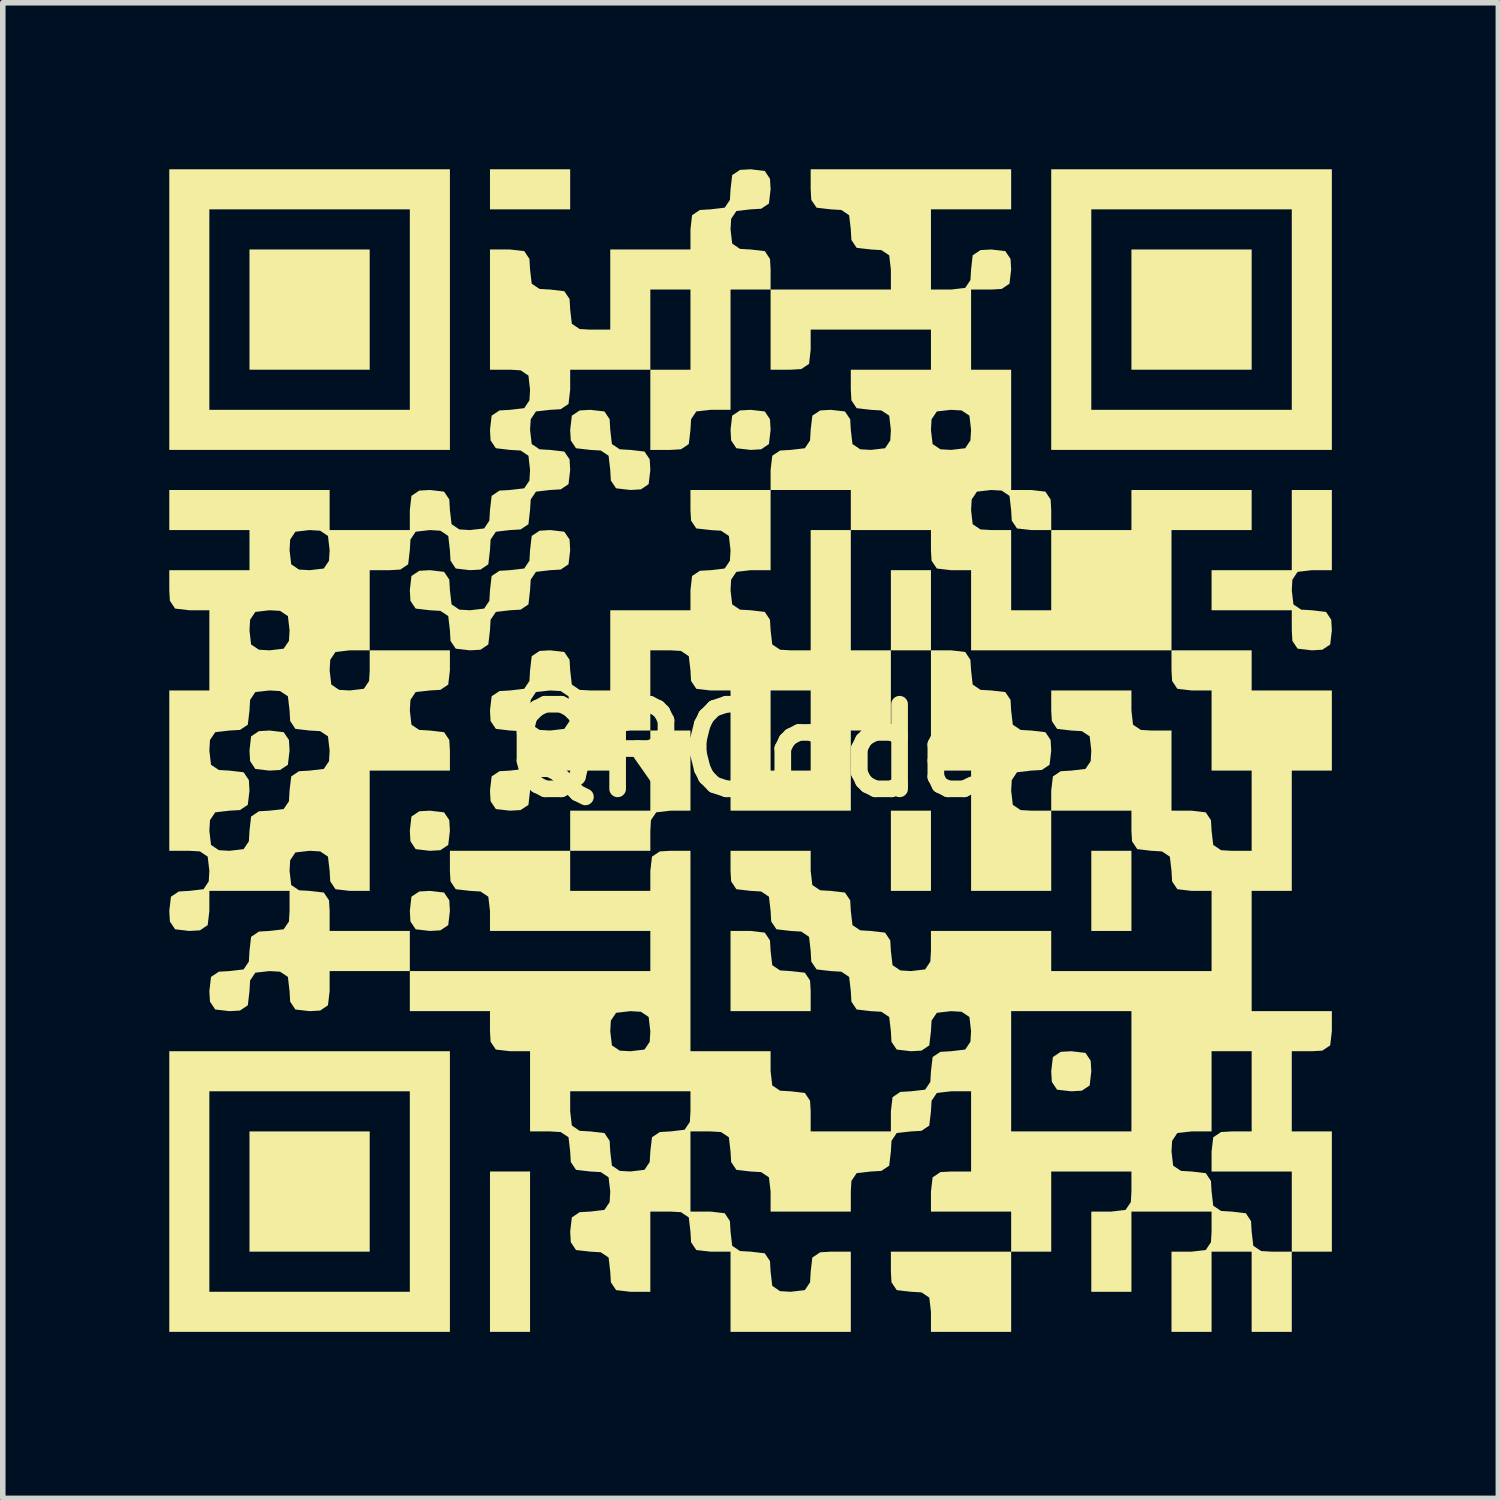
<source format=kicad_pcb>
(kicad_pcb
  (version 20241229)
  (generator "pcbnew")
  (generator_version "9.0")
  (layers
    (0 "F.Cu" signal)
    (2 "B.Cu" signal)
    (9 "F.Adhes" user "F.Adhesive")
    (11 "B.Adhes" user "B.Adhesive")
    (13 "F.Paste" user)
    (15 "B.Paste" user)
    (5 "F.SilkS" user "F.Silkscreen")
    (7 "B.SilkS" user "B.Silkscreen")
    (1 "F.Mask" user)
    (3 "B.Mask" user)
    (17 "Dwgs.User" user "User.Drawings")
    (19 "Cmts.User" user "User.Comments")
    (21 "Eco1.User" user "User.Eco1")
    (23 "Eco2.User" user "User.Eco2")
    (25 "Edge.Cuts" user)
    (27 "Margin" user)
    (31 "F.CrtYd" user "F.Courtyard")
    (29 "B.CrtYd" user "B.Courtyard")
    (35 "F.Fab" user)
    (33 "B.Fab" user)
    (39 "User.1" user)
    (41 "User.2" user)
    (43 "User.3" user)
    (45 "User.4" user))
  (footprint "QRCode"
    (layer "F.Cu")
    (at 10.473 10.473)
    (property "Reference" "QRCode" (at 0 0 0) (layer "F.SilkS") (effects (font (size 1.524 1.524) (thickness 0.3))))
    (attr through_hole)
    (fp_poly (pts (xy -6.862 -6.862) (xy -9.028 -6.862) (xy -9.028 -9.028) (xy -6.862 -9.028)) (stroke (width 0) (type solid)) (fill yes) (layer "F.SilkS"))
    (fp_poly (pts (xy -6.862 9.028) (xy -9.028 9.028) (xy -9.028 6.862) (xy -6.862 6.862)) (stroke (width 0) (type solid)) (fill yes) (layer "F.SilkS"))
    (fp_poly (pts (xy -3.973 10.473) (xy -4.695 10.473) (xy -4.695 7.584) (xy -3.973 7.584)) (stroke (width 0) (type solid)) (fill yes) (layer "F.SilkS"))
    (fp_poly (pts (xy -3.25 -9.751) (xy -4.695 -9.751) (xy -4.695 -10.473) (xy -3.25 -10.473)) (stroke (width 0) (type solid)) (fill yes) (layer "F.SilkS"))
    (fp_poly (pts (xy 3.25 -1.806) (xy 2.528 -1.806) (xy 2.528 -3.25) (xy 3.25 -3.25)) (stroke (width 0) (type solid)) (fill yes) (layer "F.SilkS"))
    (fp_poly (pts (xy 3.25 2.528) (xy 2.528 2.528) (xy 2.528 1.083) (xy 3.25 1.083)) (stroke (width 0) (type solid)) (fill yes) (layer "F.SilkS"))
    (fp_poly (pts (xy 6.862 3.25) (xy 6.139 3.25) (xy 6.139 1.806) (xy 6.862 1.806)) (stroke (width 0) (type solid)) (fill yes) (layer "F.SilkS"))
    (fp_poly (pts (xy 9.028 -6.862) (xy 6.862 -6.862) (xy 6.862 -9.028) (xy 9.028 -9.028)) (stroke (width 0) (type solid)) (fill yes) (layer "F.SilkS"))
    (fp_poly (pts (xy -5.417 -5.417) (xy -10.473 -5.417) (xy -10.473 -9.751) (xy -9.751 -9.751) (xy -9.751 -6.139) (xy -6.139 -6.139) (xy -6.139 -9.751) (xy -9.751 -9.751) (xy -10.473 -9.751) (xy -10.473 -10.473) (xy -5.417 -10.473)) (stroke (width 0) (type solid)) (fill yes) (layer "F.SilkS"))
    (fp_poly (pts (xy -5.417 10.473) (xy -10.473 10.473) (xy -10.473 6.139) (xy -9.751 6.139) (xy -9.751 9.751) (xy -6.139 9.751) (xy -6.139 6.139) (xy -9.751 6.139) (xy -10.473 6.139) (xy -10.473 5.417) (xy -5.417 5.417)) (stroke (width 0) (type solid)) (fill yes) (layer "F.SilkS"))
    (fp_poly (pts (xy -1.083 1.083) (xy -1.445 1.083) (xy -1.7 1.113) (xy -1.795 1.254) (xy -1.806 1.445) (xy -1.806 1.806) (xy -3.25 1.806) (xy -3.25 1.083) (xy -1.806 1.083) (xy -1.806 -0.361) (xy -1.083 -0.361)) (stroke (width 0) (type solid)) (fill yes) (layer "F.SilkS"))
    (fp_poly (pts (xy 4.695 10.473) (xy 3.25 10.473) (xy 3.25 10.112) (xy 3.22 9.856) (xy 3.08 9.762) (xy 2.889 9.751) (xy 2.633 9.721) (xy 2.539 9.58) (xy 2.528 9.39) (xy 2.528 9.028) (xy 4.695 9.028)) (stroke (width 0) (type solid)) (fill yes) (layer "F.SilkS"))
    (fp_poly (pts (xy 10.473 -5.417) (xy 5.417 -5.417) (xy 5.417 -9.751) (xy 6.139 -9.751) (xy 6.139 -6.139) (xy 9.751 -6.139) (xy 9.751 -9.751) (xy 6.139 -9.751) (xy 5.417 -9.751) (xy 5.417 -10.473) (xy 10.473 -10.473)) (stroke (width 0) (type solid)) (fill yes) (layer "F.SilkS"))
    (fp_poly (pts (xy -8.412 -0.331) (xy -8.317 -0.191) (xy -8.306 0) (xy -8.336 0.256) (xy -8.477 0.35) (xy -8.667 0.361) (xy -8.923 0.331) (xy -9.017 0.191) (xy -9.028 0) (xy -8.999 -0.256) (xy -8.858 -0.35) (xy -8.667 -0.361)) (stroke (width 0) (type solid)) (fill yes) (layer "F.SilkS"))
    (fp_poly (pts (xy -5.522 1.113) (xy -5.428 1.254) (xy -5.417 1.445) (xy -5.447 1.7) (xy -5.588 1.795) (xy -5.778 1.806) (xy -6.034 1.776) (xy -6.128 1.635) (xy -6.139 1.445) (xy -6.11 1.189) (xy -5.969 1.094) (xy -5.778 1.083)) (stroke (width 0) (type solid)) (fill yes) (layer "F.SilkS"))
    (fp_poly (pts (xy -5.522 2.558) (xy -5.428 2.698) (xy -5.417 2.889) (xy -5.447 3.145) (xy -5.588 3.239) (xy -5.778 3.25) (xy -6.034 3.22) (xy -6.128 3.08) (xy -6.139 2.889) (xy -6.11 2.633) (xy -5.969 2.539) (xy -5.778 2.528)) (stroke (width 0) (type solid)) (fill yes) (layer "F.SilkS"))
    (fp_poly (pts (xy 0.256 -6.11) (xy 0.35 -5.969) (xy 0.361 -5.778) (xy 0.331 -5.522) (xy 0.191 -5.428) (xy 0 -5.417) (xy -0.256 -5.447) (xy -0.35 -5.588) (xy -0.361 -5.778) (xy -0.331 -6.034) (xy -0.191 -6.128) (xy 0 -6.139)) (stroke (width 0) (type solid)) (fill yes) (layer "F.SilkS"))
    (fp_poly (pts (xy 6.034 5.447) (xy 6.128 5.588) (xy 6.139 5.778) (xy 6.11 6.034) (xy 5.969 6.128) (xy 5.778 6.139) (xy 5.522 6.11) (xy 5.428 5.969) (xy 5.417 5.778) (xy 5.447 5.522) (xy 5.588 5.428) (xy 5.778 5.417)) (stroke (width 0) (type solid)) (fill yes) (layer "F.SilkS"))
    (fp_poly (pts (xy 0.256 3.28) (xy 0.35 3.421) (xy 0.361 3.611) (xy 0.391 3.867) (xy 0.532 3.961) (xy 0.722 3.973) (xy 0.978 4.002) (xy 1.072 4.143) (xy 1.083 4.334) (xy 1.083 4.695) (xy -0.361 4.695) (xy -0.361 3.25) (xy 0 3.25)) (stroke (width 0) (type solid)) (fill yes) (layer "F.SilkS"))
    (fp_poly (pts (xy 10.473 -3.25) (xy 10.112 -3.25) (xy 9.856 -3.22) (xy 9.762 -3.08) (xy 9.751 -2.889) (xy 9.781 -2.633) (xy 9.921 -2.539) (xy 10.112 -2.528) (xy 10.368 -2.498) (xy 10.462 -2.357) (xy 10.473 -2.167) (xy 10.443 -1.911) (xy 10.302 -1.817) (xy 10.112 -1.806) (xy 9.856 -1.836) (xy 9.762 -1.976) (xy 9.751 -2.167) (xy 9.751 -2.528) (xy 8.306 -2.528) (xy 8.306 -3.25) (xy 9.751 -3.25) (xy 9.751 -4.695) (xy 10.473 -4.695)) (stroke (width 0) (type solid)) (fill yes) (layer "F.SilkS"))
    (fp_poly (pts (xy -2.633 -6.11) (xy -2.539 -5.969) (xy -2.528 -5.778) (xy -2.498 -5.522) (xy -2.357 -5.428) (xy -2.167 -5.417) (xy -1.911 -5.387) (xy -1.817 -5.247) (xy -1.806 -5.056) (xy -1.836 -4.8) (xy -1.976 -4.706) (xy -2.167 -4.695) (xy -2.423 -4.725) (xy -2.517 -4.865) (xy -2.528 -5.056) (xy -2.558 -5.312) (xy -2.698 -5.406) (xy -2.889 -5.417) (xy -3.145 -5.447) (xy -3.239 -5.588) (xy -3.25 -5.778) (xy -3.22 -6.034) (xy -3.08 -6.128) (xy -2.889 -6.139)) (stroke (width 0) (type solid)) (fill yes) (layer "F.SilkS"))
    (fp_poly (pts (xy 3.867 -1.776) (xy 3.961 -1.635) (xy 3.973 -1.445) (xy 4.002 -1.189) (xy 4.143 -1.094) (xy 4.334 -1.083) (xy 4.589 -1.054) (xy 4.684 -0.913) (xy 4.695 -0.722) (xy 4.725 -0.466) (xy 4.865 -0.372) (xy 5.056 -0.361) (xy 5.312 -0.331) (xy 5.406 -0.191) (xy 5.417 0) (xy 5.387 0.256) (xy 5.247 0.35) (xy 5.056 0.361) (xy 4.8 0.391) (xy 4.706 0.532) (xy 4.695 0.722) (xy 4.725 0.978) (xy 4.865 1.072) (xy 5.056 1.083) (xy 5.417 1.083) (xy 5.417 2.528) (xy 3.973 2.528) (xy 3.973 0.361) (xy 3.25 0.361) (xy 3.25 -1.806) (xy 3.611 -1.806)) (stroke (width 0) (type solid)) (fill yes) (layer "F.SilkS"))
    (fp_poly (pts (xy -3.356 -3.943) (xy -3.261 -3.802) (xy -3.25 -3.611) (xy -3.28 -3.356) (xy -3.421 -3.261) (xy -3.611 -3.25) (xy -3.867 -3.22) (xy -3.961 -3.08) (xy -3.973 -2.889) (xy -4.002 -2.633) (xy -4.143 -2.539) (xy -4.334 -2.528) (xy -4.589 -2.498) (xy -4.684 -2.357) (xy -4.695 -2.167) (xy -4.725 -1.911) (xy -4.865 -1.817) (xy -5.056 -1.806) (xy -5.312 -1.836) (xy -5.406 -1.976) (xy -5.417 -2.167) (xy -5.447 -2.423) (xy -5.588 -2.517) (xy -5.778 -2.528) (xy -6.034 -2.558) (xy -6.128 -2.698) (xy -6.139 -2.889) (xy -6.11 -3.145) (xy -5.969 -3.239) (xy -5.778 -3.25) (xy -5.522 -3.22) (xy -5.428 -3.08) (xy -5.417 -2.889) (xy -5.387 -2.633) (xy -5.247 -2.539) (xy -5.056 -2.528) (xy -4.8 -2.558) (xy -4.706 -2.698) (xy -4.695 -2.889) (xy -4.665 -3.145) (xy -4.524 -3.239) (xy -4.334 -3.25) (xy -4.078 -3.28) (xy -3.984 -3.421) (xy -3.973 -3.611) (xy -3.943 -3.867) (xy -3.802 -3.961) (xy -3.611 -3.973)) (stroke (width 0) (type solid)) (fill yes) (layer "F.SilkS"))
    (fp_poly (pts (xy 0.361 -3.25) (xy 0 -3.25) (xy -0.256 -3.22) (xy -0.35 -3.08) (xy -0.361 -2.889) (xy -0.331 -2.633) (xy -0.191 -2.539) (xy 0 -2.528) (xy 0.256 -2.498) (xy 0.35 -2.357) (xy 0.361 -2.167) (xy 0.391 -1.911) (xy 0.532 -1.817) (xy 0.722 -1.806) (xy 1.083 -1.806) (xy 1.083 -3.973) (xy 1.806 -3.973) (xy 1.806 -1.806) (xy 2.528 -1.806) (xy 2.528 -0.361) (xy 1.806 -0.361) (xy 1.806 1.083) (xy -0.361 1.083) (xy -0.361 -1.083) (xy 0.361 -1.083) (xy 0.361 0.361) (xy 1.083 0.361) (xy 1.083 -1.083) (xy 0.361 -1.083) (xy -0.361 -1.083) (xy -0.722 -1.083) (xy -0.978 -1.113) (xy -1.072 -1.254) (xy -1.083 -1.445) (xy -1.113 -1.7) (xy -1.254 -1.795) (xy -1.445 -1.806) (xy -1.806 -1.806) (xy -1.806 -0.361) (xy -2.167 -0.361) (xy -2.423 -0.331) (xy -2.517 -0.191) (xy -2.528 0) (xy -2.528 0.361) (xy -3.973 0.361) (xy -3.973 0.722) (xy -4.002 0.978) (xy -4.143 1.072) (xy -4.334 1.083) (xy -4.589 1.054) (xy -4.684 0.913) (xy -4.695 0.722) (xy -4.665 0.466) (xy -4.524 0.372) (xy -4.334 0.361) (xy -4.078 0.331) (xy -3.984 0.191) (xy -3.973 0) (xy -4.002 -0.256) (xy -4.143 -0.35) (xy -4.334 -0.361) (xy -4.589 -0.391) (xy -4.684 -0.532) (xy -4.695 -0.722) (xy -3.973 -0.722) (xy -3.943 -0.466) (xy -3.802 -0.372) (xy -3.611 -0.361) (xy -3.356 -0.391) (xy -3.261 -0.532) (xy -3.25 -0.722) (xy -3.28 -0.978) (xy -3.421 -1.072) (xy -3.611 -1.083) (xy -3.867 -1.054) (xy -3.961 -0.913) (xy -3.973 -0.722) (xy -4.695 -0.722) (xy -4.665 -0.978) (xy -4.524 -1.072) (xy -4.334 -1.083) (xy -4.078 -1.113) (xy -3.984 -1.254) (xy -3.973 -1.445) (xy -3.943 -1.7) (xy -3.802 -1.795) (xy -3.611 -1.806) (xy -3.356 -1.776) (xy -3.261 -1.635) (xy -3.25 -1.445) (xy -3.22 -1.189) (xy -3.08 -1.094) (xy -2.889 -1.083) (xy -2.528 -1.083) (xy -2.528 -2.528) (xy -1.083 -2.528) (xy -1.083 -2.889) (xy -1.054 -3.145) (xy -0.913 -3.239) (xy -0.722 -3.25) (xy -0.466 -3.28) (xy -0.372 -3.421) (xy -0.361 -3.611) (xy -0.391 -3.867) (xy -0.532 -3.961) (xy -0.722 -3.973) (xy -0.978 -4.002) (xy -1.072 -4.143) (xy -1.083 -4.334) (xy -1.083 -4.695) (xy 0.361 -4.695)) (stroke (width 0) (type solid)) (fill yes) (layer "F.SilkS"))
    (fp_poly (pts (xy 4.695 -9.751) (xy 3.25 -9.751) (xy 3.25 -8.306) (xy 3.611 -8.306) (xy 3.867 -8.336) (xy 3.961 -8.477) (xy 3.973 -8.667) (xy 4.002 -8.923) (xy 4.143 -9.017) (xy 4.334 -9.028) (xy 4.589 -8.999) (xy 4.684 -8.858) (xy 4.695 -8.667) (xy 4.665 -8.412) (xy 4.524 -8.317) (xy 4.334 -8.306) (xy 3.973 -8.306) (xy 3.973 -6.862) (xy 4.695 -6.862) (xy 4.695 -4.695) (xy 5.056 -4.695) (xy 5.312 -4.665) (xy 5.406 -4.524) (xy 5.417 -4.334) (xy 5.417 -3.973) (xy 6.862 -3.973) (xy 6.862 -4.695) (xy 9.028 -4.695) (xy 9.028 -3.973) (xy 7.584 -3.973) (xy 7.584 -1.806) (xy 9.028 -1.806) (xy 9.028 -1.083) (xy 10.473 -1.083) (xy 10.473 0.361) (xy 9.751 0.361) (xy 9.751 2.528) (xy 9.028 2.528) (xy 9.028 4.695) (xy 10.473 4.695) (xy 10.473 5.056) (xy 10.443 5.312) (xy 10.302 5.406) (xy 10.112 5.417) (xy 9.751 5.417) (xy 9.751 6.862) (xy 10.473 6.862) (xy 10.473 9.028) (xy 9.751 9.028) (xy 9.751 10.473) (xy 9.028 10.473) (xy 9.028 9.028) (xy 8.306 9.028) (xy 8.306 10.473) (xy 7.584 10.473) (xy 7.584 9.028) (xy 7.945 9.028) (xy 8.201 8.999) (xy 8.295 8.858) (xy 8.306 8.667) (xy 8.306 8.306) (xy 6.862 8.306) (xy 6.862 9.751) (xy 6.139 9.751) (xy 6.139 8.306) (xy 6.5 8.306) (xy 6.756 8.276) (xy 6.851 8.136) (xy 6.862 7.945) (xy 6.862 7.584) (xy 5.417 7.584) (xy 5.417 9.028) (xy 4.695 9.028) (xy 4.695 8.306) (xy 3.25 8.306) (xy 3.25 7.945) (xy 3.28 7.689) (xy 3.421 7.595) (xy 3.611 7.584) (xy 3.973 7.584) (xy 3.973 7.223) (xy 7.584 7.223) (xy 7.614 7.479) (xy 7.754 7.573) (xy 7.945 7.584) (xy 8.201 7.614) (xy 8.295 7.754) (xy 8.306 7.945) (xy 8.336 8.201) (xy 8.477 8.295) (xy 8.667 8.306) (xy 8.923 8.336) (xy 9.017 8.477) (xy 9.028 8.667) (xy 9.058 8.923) (xy 9.199 9.017) (xy 9.39 9.028) (xy 9.751 9.028) (xy 9.751 7.584) (xy 8.306 7.584) (xy 8.306 7.223) (xy 8.336 6.967) (xy 8.477 6.873) (xy 8.667 6.862) (xy 9.028 6.862) (xy 9.028 5.417) (xy 8.306 5.417) (xy 8.306 6.862) (xy 7.945 6.862) (xy 7.689 6.891) (xy 7.595 7.032) (xy 7.584 7.223) (xy 3.973 7.223) (xy 3.973 6.139) (xy 3.611 6.139) (xy 3.356 6.169) (xy 3.261 6.31) (xy 3.25 6.5) (xy 3.22 6.756) (xy 3.08 6.851) (xy 2.889 6.862) (xy 2.633 6.891) (xy 2.539 7.032) (xy 2.528 7.223) (xy 2.498 7.479) (xy 2.357 7.573) (xy 2.167 7.584) (xy 1.911 7.614) (xy 1.817 7.754) (xy 1.806 7.945) (xy 1.806 8.306) (xy 0.361 8.306) (xy 0.361 7.945) (xy 0.331 7.689) (xy 0.191 7.595) (xy 0 7.584) (xy -0.256 7.554) (xy -0.35 7.413) (xy -0.361 7.223) (xy -0.391 6.967) (xy -0.532 6.873) (xy -0.722 6.862) (xy -1.083 6.862) (xy -1.083 8.306) (xy -0.722 8.306) (xy -0.466 8.336) (xy -0.372 8.477) (xy -0.361 8.667) (xy -0.331 8.923) (xy -0.191 9.017) (xy 0 9.028) (xy 0.256 9.058) (xy 0.35 9.199) (xy 0.361 9.39) (xy 0.391 9.645) (xy 0.532 9.74) (xy 0.722 9.751) (xy 0.978 9.721) (xy 1.072 9.58) (xy 1.083 9.39) (xy 1.113 9.134) (xy 1.254 9.04) (xy 1.445 9.028) (xy 1.806 9.028) (xy 1.806 10.473) (xy -0.361 10.473) (xy -0.361 9.028) (xy -0.722 9.028) (xy -0.978 8.999) (xy -1.072 8.858) (xy -1.083 8.667) (xy -1.113 8.412) (xy -1.254 8.317) (xy -1.445 8.306) (xy -1.806 8.306) (xy -1.806 9.751) (xy -2.167 9.751) (xy -2.423 9.721) (xy -2.517 9.58) (xy -2.528 9.39) (xy -2.558 9.134) (xy -2.698 9.04) (xy -2.889 9.028) (xy -3.145 8.999) (xy -3.239 8.858) (xy -3.25 8.667) (xy -3.22 8.412) (xy -3.08 8.317) (xy -2.889 8.306) (xy -2.633 8.276) (xy -2.539 8.136) (xy -2.528 7.945) (xy -2.558 7.689) (xy -2.698 7.595) (xy -2.889 7.584) (xy -3.145 7.554) (xy -3.239 7.413) (xy -3.25 7.223) (xy -3.28 6.967) (xy -3.421 6.873) (xy -3.611 6.862) (xy -3.973 6.862) (xy -3.973 6.139) (xy -3.25 6.139) (xy -3.25 6.5) (xy -3.22 6.756) (xy -3.08 6.851) (xy -2.889 6.862) (xy -2.633 6.891) (xy -2.539 7.032) (xy -2.528 7.223) (xy -2.498 7.479) (xy -2.357 7.573) (xy -2.167 7.584) (xy -1.911 7.554) (xy -1.817 7.413) (xy -1.806 7.223) (xy -1.776 6.967) (xy -1.635 6.873) (xy -1.445 6.862) (xy -1.189 6.832) (xy -1.094 6.691) (xy -1.083 6.5) (xy -1.083 6.139) (xy -3.25 6.139) (xy -3.973 6.139) (xy -3.973 5.417) (xy -4.334 5.417) (xy -4.589 5.387) (xy -4.684 5.247) (xy -4.695 5.056) (xy -2.528 5.056) (xy -2.498 5.312) (xy -2.357 5.406) (xy -2.167 5.417) (xy -1.911 5.387) (xy -1.817 5.247) (xy -1.806 5.056) (xy -1.836 4.8) (xy -1.976 4.706) (xy -2.167 4.695) (xy -2.423 4.725) (xy -2.517 4.865) (xy -2.528 5.056) (xy -4.695 5.056) (xy -4.695 4.695) (xy -6.139 4.695) (xy -6.139 3.973) (xy -7.584 3.973) (xy -7.584 4.334) (xy -7.614 4.589) (xy -7.754 4.684) (xy -7.945 4.695) (xy -8.201 4.665) (xy -8.295 4.524) (xy -8.306 4.334) (xy -8.336 4.078) (xy -8.477 3.984) (xy -8.667 3.973) (xy -8.923 4.002) (xy -9.017 4.143) (xy -9.028 4.334) (xy -9.058 4.589) (xy -9.199 4.684) (xy -9.39 4.695) (xy -9.645 4.665) (xy -9.74 4.524) (xy -9.751 4.334) (xy -9.721 4.078) (xy -9.58 3.984) (xy -9.39 3.973) (xy -9.134 3.943) (xy -9.039 3.802) (xy -9.028 3.611) (xy -8.999 3.356) (xy -8.858 3.261) (xy -8.667 3.25) (xy -8.412 3.22) (xy -8.317 3.08) (xy -8.306 2.889) (xy -8.306 2.528) (xy -9.751 2.528) (xy -9.751 2.889) (xy -9.781 3.145) (xy -9.921 3.239) (xy -10.112 3.25) (xy -10.368 3.22) (xy -10.462 3.08) (xy -10.473 2.889) (xy -10.443 2.633) (xy -10.302 2.539) (xy -10.112 2.528) (xy -9.856 2.498) (xy -9.762 2.357) (xy -9.751 2.167) (xy -8.306 2.167) (xy -8.276 2.423) (xy -8.136 2.517) (xy -7.945 2.528) (xy -7.689 2.558) (xy -7.595 2.698) (xy -7.584 2.889) (xy -7.584 3.25) (xy -6.139 3.25) (xy -6.139 3.973) (xy -1.806 3.973) (xy -1.806 3.25) (xy -4.695 3.25) (xy -4.695 2.889) (xy -4.725 2.633) (xy -4.865 2.539) (xy -5.056 2.528) (xy -5.312 2.498) (xy -5.406 2.357) (xy -5.417 2.167) (xy -5.417 1.806) (xy -3.25 1.806) (xy -3.25 2.528) (xy -1.806 2.528) (xy -1.806 2.167) (xy -1.776 1.911) (xy -1.635 1.817) (xy -1.445 1.806) (xy -1.083 1.806) (xy -1.083 5.417) (xy 0.361 5.417) (xy 0.361 5.778) (xy 0.391 6.034) (xy 0.532 6.128) (xy 0.722 6.139) (xy 0.978 6.169) (xy 1.072 6.31) (xy 1.083 6.5) (xy 1.083 6.862) (xy 2.528 6.862) (xy 2.528 6.5) (xy 2.558 6.245) (xy 2.698 6.15) (xy 2.889 6.139) (xy 3.145 6.11) (xy 3.239 5.969) (xy 3.25 5.778) (xy 3.28 5.522) (xy 3.421 5.428) (xy 3.611 5.417) (xy 3.867 5.387) (xy 3.961 5.247) (xy 3.973 5.056) (xy 3.943 4.8) (xy 3.802 4.706) (xy 3.611 4.695) (xy 4.695 4.695) (xy 4.695 6.862) (xy 6.862 6.862) (xy 6.862 4.695) (xy 4.695 4.695) (xy 3.611 4.695) (xy 3.356 4.725) (xy 3.261 4.865) (xy 3.25 5.056) (xy 3.22 5.312) (xy 3.08 5.406) (xy 2.889 5.417) (xy 2.633 5.387) (xy 2.539 5.247) (xy 2.528 5.056) (xy 2.498 4.8) (xy 2.357 4.706) (xy 2.167 4.695) (xy 1.911 4.665) (xy 1.817 4.524) (xy 1.806 4.334) (xy 1.776 4.078) (xy 1.635 3.984) (xy 1.445 3.973) (xy 1.189 3.943) (xy 1.094 3.802) (xy 1.083 3.611) (xy 1.054 3.356) (xy 0.913 3.261) (xy 0.722 3.25) (xy 0.466 3.22) (xy 0.372 3.08) (xy 0.361 2.889) (xy 0.331 2.633) (xy 0.191 2.539) (xy 0 2.528) (xy -0.256 2.498) (xy -0.35 2.357) (xy -0.361 2.167) (xy -0.361 1.806) (xy 1.083 1.806) (xy 1.083 2.167) (xy 1.113 2.423) (xy 1.254 2.517) (xy 1.445 2.528) (xy 1.7 2.558) (xy 1.795 2.698) (xy 1.806 2.889) (xy 1.836 3.145) (xy 1.976 3.239) (xy 2.167 3.25) (xy 2.423 3.28) (xy 2.517 3.421) (xy 2.528 3.611) (xy 2.558 3.867) (xy 2.698 3.961) (xy 2.889 3.973) (xy 3.145 3.943) (xy 3.239 3.802) (xy 3.25 3.611) (xy 3.25 3.25) (xy 5.417 3.25) (xy 5.417 3.973) (xy 8.306 3.973) (xy 8.306 2.528) (xy 7.945 2.528) (xy 7.689 2.498) (xy 7.595 2.357) (xy 7.584 2.167) (xy 7.554 1.911) (xy 7.413 1.817) (xy 7.223 1.806) (xy 6.967 1.776) (xy 6.873 1.635) (xy 6.862 1.445) (xy 6.862 1.083) (xy 5.417 1.083) (xy 5.417 0.722) (xy 5.447 0.466) (xy 5.588 0.372) (xy 5.778 0.361) (xy 6.034 0.331) (xy 6.128 0.191) (xy 6.139 0) (xy 6.11 -0.256) (xy 5.969 -0.35) (xy 5.778 -0.361) (xy 5.522 -0.391) (xy 5.428 -0.532) (xy 5.417 -0.722) (xy 5.417 -1.083) (xy 6.862 -1.083) (xy 6.862 -0.722) (xy 6.891 -0.466) (xy 7.032 -0.372) (xy 7.223 -0.361) (xy 7.584 -0.361) (xy 7.584 1.083) (xy 7.945 1.083) (xy 8.201 1.113) (xy 8.295 1.254) (xy 8.306 1.445) (xy 8.336 1.7) (xy 8.477 1.795) (xy 8.667 1.806) (xy 9.028 1.806) (xy 9.028 0.361) (xy 8.306 0.361) (xy 8.306 -1.083) (xy 7.945 -1.083) (xy 7.689 -1.113) (xy 7.595 -1.254) (xy 7.584 -1.445) (xy 7.584 -1.806) (xy 3.973 -1.806) (xy 3.973 -3.25) (xy 3.611 -3.25) (xy 3.356 -3.28) (xy 3.261 -3.421) (xy 3.25 -3.611) (xy 3.25 -3.973) (xy 1.806 -3.973) (xy 1.806 -4.334) (xy 3.973 -4.334) (xy 4.002 -4.078) (xy 4.143 -3.984) (xy 4.334 -3.973) (xy 4.695 -3.973) (xy 4.695 -2.528) (xy 5.417 -2.528) (xy 5.417 -3.973) (xy 5.056 -3.973) (xy 4.8 -4.002) (xy 4.706 -4.143) (xy 4.695 -4.334) (xy 4.665 -4.589) (xy 4.524 -4.684) (xy 4.334 -4.695) (xy 4.078 -4.665) (xy 3.984 -4.524) (xy 3.973 -4.334) (xy 1.806 -4.334) (xy 1.806 -4.695) (xy 0.361 -4.695) (xy 0.361 -5.056) (xy 0.391 -5.312) (xy 0.532 -5.406) (xy 0.722 -5.417) (xy 0.978 -5.447) (xy 1.072 -5.588) (xy 1.083 -5.778) (xy 1.113 -6.034) (xy 1.254 -6.128) (xy 1.445 -6.139) (xy 1.7 -6.11) (xy 1.795 -5.969) (xy 1.806 -5.778) (xy 1.836 -5.522) (xy 1.976 -5.428) (xy 2.167 -5.417) (xy 2.423 -5.447) (xy 2.517 -5.588) (xy 2.528 -5.778) (xy 3.25 -5.778) (xy 3.28 -5.522) (xy 3.421 -5.428) (xy 3.611 -5.417) (xy 3.867 -5.447) (xy 3.961 -5.588) (xy 3.973 -5.778) (xy 3.943 -6.034) (xy 3.802 -6.128) (xy 3.611 -6.139) (xy 3.356 -6.11) (xy 3.261 -5.969) (xy 3.25 -5.778) (xy 2.528 -5.778) (xy 2.498 -6.034) (xy 2.357 -6.128) (xy 2.167 -6.139) (xy 1.911 -6.169) (xy 1.817 -6.31) (xy 1.806 -6.5) (xy 1.806 -6.862) (xy 3.25 -6.862) (xy 3.25 -7.584) (xy 1.083 -7.584) (xy 1.083 -7.223) (xy 1.054 -6.967) (xy 0.913 -6.873) (xy 0.722 -6.862) (xy 0.361 -6.862) (xy 0.361 -8.306) (xy -0.361 -8.306) (xy -0.361 -6.139) (xy -0.722 -6.139) (xy -0.978 -6.11) (xy -1.072 -5.969) (xy -1.083 -5.778) (xy -1.113 -5.522) (xy -1.254 -5.428) (xy -1.445 -5.417) (xy -1.806 -5.417) (xy -1.806 -6.862) (xy -3.25 -6.862) (xy -3.25 -6.5) (xy -3.28 -6.245) (xy -3.421 -6.15) (xy -3.611 -6.139) (xy -3.867 -6.11) (xy -3.961 -5.969) (xy -3.973 -5.778) (xy -3.943 -5.522) (xy -3.802 -5.428) (xy -3.611 -5.417) (xy -3.356 -5.387) (xy -3.261 -5.247) (xy -3.25 -5.056) (xy -3.28 -4.8) (xy -3.421 -4.706) (xy -3.611 -4.695) (xy -3.867 -4.665) (xy -3.961 -4.524) (xy -3.973 -4.334) (xy -4.002 -4.078) (xy -4.143 -3.984) (xy -4.334 -3.973) (xy -4.589 -3.943) (xy -4.684 -3.802) (xy -4.695 -3.611) (xy -4.725 -3.356) (xy -4.865 -3.261) (xy -5.056 -3.25) (xy -5.312 -3.28) (xy -5.406 -3.421) (xy -5.417 -3.611) (xy -5.447 -3.867) (xy -5.588 -3.961) (xy -5.778 -3.973) (xy -6.034 -3.943) (xy -6.128 -3.802) (xy -6.139 -3.611) (xy -6.169 -3.356) (xy -6.31 -3.261) (xy -6.5 -3.25) (xy -6.862 -3.25) (xy -6.862 -1.806) (xy -5.417 -1.806) (xy -5.417 -1.445) (xy -5.447 -1.189) (xy -5.588 -1.094) (xy -5.778 -1.083) (xy -6.034 -1.054) (xy -6.128 -0.913) (xy -6.139 -0.722) (xy -6.11 -0.466) (xy -5.969 -0.372) (xy -5.778 -0.361) (xy -5.522 -0.331) (xy -5.428 -0.191) (xy -5.417 0) (xy -5.417 0.361) (xy -6.862 0.361) (xy -6.862 2.528) (xy -7.223 2.528) (xy -7.479 2.498) (xy -7.573 2.357) (xy -7.584 2.167) (xy -7.614 1.911) (xy -7.754 1.817) (xy -7.945 1.806) (xy -8.201 1.836) (xy -8.295 1.976) (xy -8.306 2.167) (xy -9.751 2.167) (xy -9.781 1.911) (xy -9.921 1.817) (xy -10.112 1.806) (xy -10.473 1.806) (xy -10.473 0) (xy -9.751 0) (xy -9.721 0.256) (xy -9.58 0.35) (xy -9.39 0.361) (xy -9.134 0.391) (xy -9.039 0.532) (xy -9.028 0.722) (xy -9.058 0.978) (xy -9.199 1.072) (xy -9.39 1.083) (xy -9.645 1.113) (xy -9.74 1.254) (xy -9.751 1.445) (xy -9.721 1.7) (xy -9.58 1.795) (xy -9.39 1.806) (xy -9.134 1.776) (xy -9.039 1.635) (xy -9.028 1.445) (xy -8.999 1.189) (xy -8.858 1.094) (xy -8.667 1.083) (xy -8.412 1.054) (xy -8.317 0.913) (xy -8.306 0.722) (xy -8.276 0.466) (xy -8.136 0.372) (xy -7.945 0.361) (xy -7.689 0.331) (xy -7.595 0.191) (xy -7.584 0) (xy -7.614 -0.256) (xy -7.754 -0.35) (xy -7.945 -0.361) (xy -8.201 -0.391) (xy -8.295 -0.532) (xy -8.306 -0.722) (xy -8.336 -0.978) (xy -8.477 -1.072) (xy -8.667 -1.083) (xy -8.923 -1.054) (xy -9.017 -0.913) (xy -9.028 -0.722) (xy -9.058 -0.466) (xy -9.199 -0.372) (xy -9.39 -0.361) (xy -9.645 -0.331) (xy -9.74 -0.191) (xy -9.751 0) (xy -10.473 0) (xy -10.473 -1.083) (xy -9.751 -1.083) (xy -9.751 -1.445) (xy -7.584 -1.445) (xy -7.554 -1.189) (xy -7.413 -1.094) (xy -7.223 -1.083) (xy -6.967 -1.113) (xy -6.873 -1.254) (xy -6.862 -1.445) (xy -6.862 -1.806) (xy -7.223 -1.806) (xy -7.479 -1.776) (xy -7.573 -1.635) (xy -7.584 -1.445) (xy -9.751 -1.445) (xy -9.751 -2.167) (xy -9.028 -2.167) (xy -8.999 -1.911) (xy -8.858 -1.817) (xy -8.667 -1.806) (xy -8.412 -1.836) (xy -8.317 -1.976) (xy -8.306 -2.167) (xy -8.336 -2.423) (xy -8.477 -2.517) (xy -8.667 -2.528) (xy -8.923 -2.498) (xy -9.017 -2.357) (xy -9.028 -2.167) (xy -9.751 -2.167) (xy -9.751 -2.528) (xy -10.112 -2.528) (xy -10.368 -2.558) (xy -10.462 -2.698) (xy -10.473 -2.889) (xy -10.473 -3.25) (xy -9.028 -3.25) (xy -9.028 -3.611) (xy -8.306 -3.611) (xy -8.276 -3.356) (xy -8.136 -3.261) (xy -7.945 -3.25) (xy -7.689 -3.28) (xy -7.595 -3.421) (xy -7.584 -3.611) (xy -7.614 -3.867) (xy -7.754 -3.961) (xy -7.945 -3.973) (xy -8.201 -3.943) (xy -8.295 -3.802) (xy -8.306 -3.611) (xy -9.028 -3.611) (xy -9.028 -3.973) (xy -10.473 -3.973) (xy -10.473 -4.695) (xy -7.584 -4.695) (xy -7.584 -3.973) (xy -6.139 -3.973) (xy -6.139 -4.334) (xy -6.11 -4.589) (xy -5.969 -4.684) (xy -5.778 -4.695) (xy -5.522 -4.665) (xy -5.428 -4.524) (xy -5.417 -4.334) (xy -5.387 -4.078) (xy -5.247 -3.984) (xy -5.056 -3.973) (xy -4.8 -4.002) (xy -4.706 -4.143) (xy -4.695 -4.334) (xy -4.665 -4.589) (xy -4.524 -4.684) (xy -4.334 -4.695) (xy -4.078 -4.725) (xy -3.984 -4.865) (xy -3.973 -5.056) (xy -4.002 -5.312) (xy -4.143 -5.406) (xy -4.334 -5.417) (xy -4.589 -5.447) (xy -4.684 -5.588) (xy -4.695 -5.778) (xy -4.665 -6.034) (xy -4.524 -6.128) (xy -4.334 -6.139) (xy -4.078 -6.169) (xy -3.984 -6.31) (xy -3.973 -6.5) (xy -4.002 -6.756) (xy -4.143 -6.851) (xy -4.334 -6.862) (xy -4.695 -6.862) (xy -4.695 -9.028) (xy -4.334 -9.028) (xy -4.078 -8.999) (xy -3.984 -8.858) (xy -3.973 -8.667) (xy -3.943 -8.412) (xy -3.802 -8.317) (xy -3.611 -8.306) (xy -3.356 -8.276) (xy -3.261 -8.136) (xy -3.25 -7.945) (xy -3.22 -7.689) (xy -3.08 -7.595) (xy -2.889 -7.584) (xy -2.528 -7.584) (xy -2.528 -8.306) (xy -1.806 -8.306) (xy -1.806 -6.862) (xy -1.083 -6.862) (xy -1.083 -8.306) (xy -1.806 -8.306) (xy -2.528 -8.306) (xy -2.528 -9.028) (xy -1.083 -9.028) (xy -1.083 -9.39) (xy -1.054 -9.645) (xy -0.913 -9.74) (xy -0.722 -9.751) (xy -0.466 -9.781) (xy -0.372 -9.921) (xy -0.361 -10.112) (xy -0.331 -10.368) (xy -0.191 -10.462) (xy 0 -10.473) (xy 0.256 -10.443) (xy 0.35 -10.302) (xy 0.361 -10.112) (xy 0.331 -9.856) (xy 0.191 -9.762) (xy 0 -9.751) (xy -0.256 -9.721) (xy -0.35 -9.58) (xy -0.361 -9.39) (xy -0.331 -9.134) (xy -0.191 -9.039) (xy 0 -9.028) (xy 0.256 -8.999) (xy 0.35 -8.858) (xy 0.361 -8.667) (xy 0.361 -8.306) (xy 2.528 -8.306) (xy 2.528 -8.667) (xy 2.498 -8.923) (xy 2.357 -9.017) (xy 2.167 -9.028) (xy 1.911 -9.058) (xy 1.817 -9.199) (xy 1.806 -9.39) (xy 1.776 -9.645) (xy 1.635 -9.74) (xy 1.445 -9.751) (xy 1.189 -9.781) (xy 1.094 -9.921) (xy 1.083 -10.112) (xy 1.083 -10.473) (xy 4.695 -10.473)) (stroke (width 0) (type solid)) (fill yes) (layer "F.SilkS")))
  (gr_rect
    (start -3 -3)
    (end 23.946 23.946)
    (stroke (width 0.1) (type default))
    (fill no)
    (layer "Edge.Cuts")))
</source>
